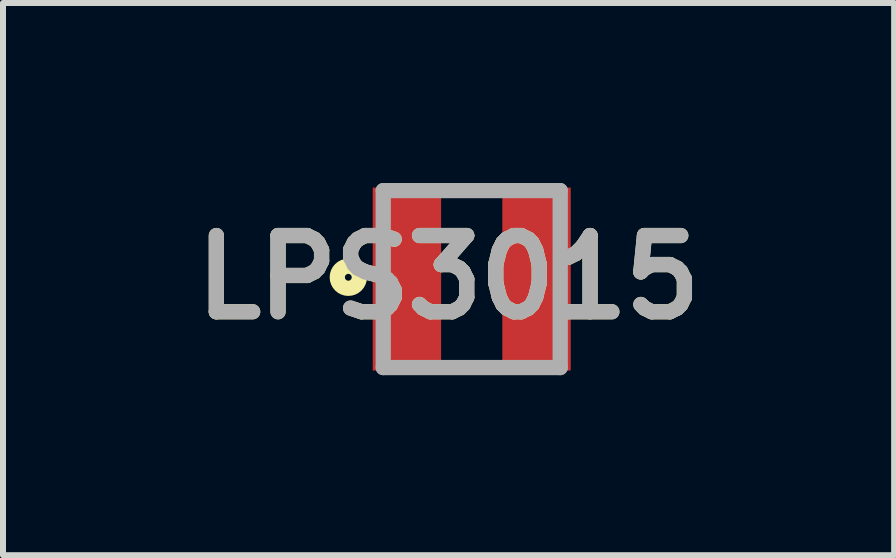
<source format=kicad_pcb>
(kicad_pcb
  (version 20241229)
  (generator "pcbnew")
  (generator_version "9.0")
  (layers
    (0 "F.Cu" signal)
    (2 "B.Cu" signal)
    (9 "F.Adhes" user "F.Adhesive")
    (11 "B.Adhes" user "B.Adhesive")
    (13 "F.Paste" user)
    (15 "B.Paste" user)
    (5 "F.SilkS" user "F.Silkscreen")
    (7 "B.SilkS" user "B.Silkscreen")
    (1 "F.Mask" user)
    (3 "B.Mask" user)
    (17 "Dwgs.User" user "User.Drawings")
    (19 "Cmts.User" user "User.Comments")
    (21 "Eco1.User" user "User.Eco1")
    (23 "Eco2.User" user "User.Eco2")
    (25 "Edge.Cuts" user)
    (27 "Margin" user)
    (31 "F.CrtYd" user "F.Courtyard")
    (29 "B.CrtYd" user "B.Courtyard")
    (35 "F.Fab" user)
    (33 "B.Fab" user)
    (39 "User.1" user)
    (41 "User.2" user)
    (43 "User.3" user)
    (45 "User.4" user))
  (footprint "LPS3015"
    (layer "F.Cu")
    (at 4.813 1.602)
    (property "Reference" "LPS3015" (at -0.386 -0.03 0) (layer "F.SilkS") (effects (font (size 1.27 1.27) (thickness 0.254))))
    (attr smd)
    (fp_circle (center -2.057 -0.03) (end -2.057 0.027) (stroke (width 0.254) (type solid)) (fill no) (layer "F.SilkS"))
    (fp_line (start -1.475 -1.475) (end 1.475 -1.475) (stroke (width 0.254) (type solid)) (layer "F.Fab"))
    (fp_line (start -1.475 1.475) (end -1.475 -1.475) (stroke (width 0.254) (type solid)) (layer "F.Fab"))
    (fp_line (start 1.475 -1.475) (end 1.475 1.475) (stroke (width 0.254) (type solid)) (layer "F.Fab"))
    (fp_line (start 1.475 1.475) (end -1.475 1.475) (stroke (width 0.254) (type solid)) (layer "F.Fab"))
    (fp_text user "${REFERENCE}" (at -0.386 -0.03 0) (layer "F.Fab") (effects (font (size 1.27 1.27) (thickness 0.254))))
    (pad "1" smd rect (at -1.08 0) (size 1.14 3.05) (layers "F.Cu" "F.Mask" "F.Paste"))
    (pad "2" smd rect (at 1.08 0) (size 1.14 3.05) (layers "F.Cu" "F.Mask" "F.Paste")))
  (gr_rect
    (start -3 -3)
    (end 11.854 6.204)
    (stroke (width 0.1) (type default))
    (fill no)
    (layer "Edge.Cuts")))
</source>
